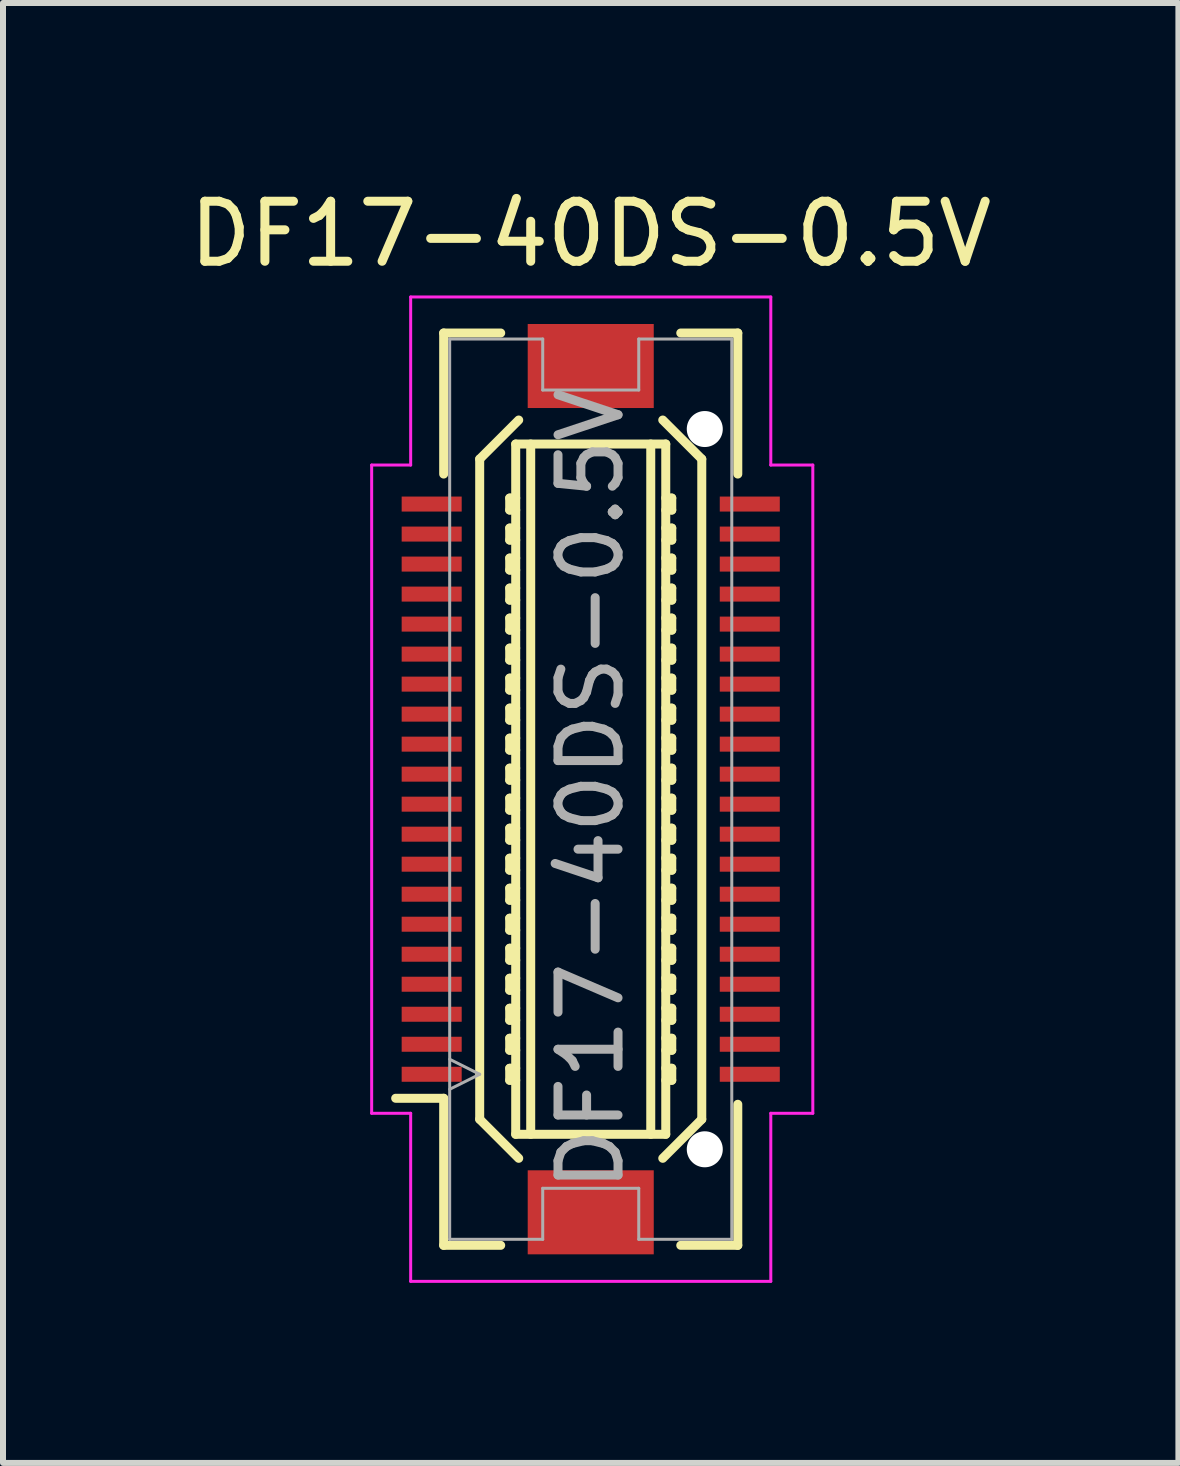
<source format=kicad_pcb>
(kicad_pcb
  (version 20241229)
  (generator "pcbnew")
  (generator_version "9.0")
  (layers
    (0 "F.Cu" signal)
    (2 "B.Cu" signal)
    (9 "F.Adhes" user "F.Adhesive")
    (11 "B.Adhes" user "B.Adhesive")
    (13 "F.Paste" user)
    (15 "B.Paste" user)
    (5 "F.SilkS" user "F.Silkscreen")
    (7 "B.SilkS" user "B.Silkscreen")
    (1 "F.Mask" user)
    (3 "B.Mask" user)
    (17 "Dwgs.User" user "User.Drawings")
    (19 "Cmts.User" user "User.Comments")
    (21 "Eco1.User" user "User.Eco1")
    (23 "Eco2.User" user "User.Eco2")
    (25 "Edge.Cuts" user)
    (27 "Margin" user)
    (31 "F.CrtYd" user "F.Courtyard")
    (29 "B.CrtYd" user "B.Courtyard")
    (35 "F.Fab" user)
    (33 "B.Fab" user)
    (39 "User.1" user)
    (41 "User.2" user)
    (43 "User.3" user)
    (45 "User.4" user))
  (footprint "DF17-40DS-0.5V"
    (layer "F.Cu")
    (at 6.792 10.098)
    (property "Reference" "DF17-40DS-0.5V" (at 0 0 90) (layer "F.Fab") (effects (font (size 1 1) (thickness 0.15))))
    (attr smd)
    (fp_line (start -2.45 -7.6) (end -2.45 -5.25) (stroke (width 0.15) (type solid)) (layer "F.SilkS"))
    (fp_line (start -2.45 -7.6) (end -1.5 -7.6) (stroke (width 0.15) (type solid)) (layer "F.SilkS"))
    (fp_line (start -2.45 5.15) (end -3.25 5.15) (stroke (width 0.15) (type solid)) (layer "F.SilkS"))
    (fp_line (start -2.45 5.15) (end -2.45 7.6) (stroke (width 0.15) (type solid)) (layer "F.SilkS"))
    (fp_line (start -2.45 7.6) (end -1.5 7.6) (stroke (width 0.15) (type solid)) (layer "F.SilkS"))
    (fp_line (start -1.85 -5.5) (end -1.2 -6.15) (stroke (width 0.15) (type solid)) (layer "F.SilkS"))
    (fp_line (start -1.85 5.5) (end -1.85 -5.5) (stroke (width 0.15) (type solid)) (layer "F.SilkS"))
    (fp_line (start -1.35 -4.85) (end -1.25 -4.85) (stroke (width 0.15) (type solid)) (layer "F.SilkS"))
    (fp_line (start -1.35 -4.65) (end -1.35 -4.85) (stroke (width 0.15) (type solid)) (layer "F.SilkS"))
    (fp_line (start -1.35 -4.35) (end -1.25 -4.35) (stroke (width 0.15) (type solid)) (layer "F.SilkS"))
    (fp_line (start -1.35 -4.15) (end -1.35 -4.35) (stroke (width 0.15) (type solid)) (layer "F.SilkS"))
    (fp_line (start -1.35 -3.85) (end -1.25 -3.85) (stroke (width 0.15) (type solid)) (layer "F.SilkS"))
    (fp_line (start -1.35 -3.65) (end -1.35 -3.85) (stroke (width 0.15) (type solid)) (layer "F.SilkS"))
    (fp_line (start -1.35 -3.35) (end -1.25 -3.35) (stroke (width 0.15) (type solid)) (layer "F.SilkS"))
    (fp_line (start -1.35 -3.15) (end -1.35 -3.35) (stroke (width 0.15) (type solid)) (layer "F.SilkS"))
    (fp_line (start -1.35 -2.85) (end -1.25 -2.85) (stroke (width 0.15) (type solid)) (layer "F.SilkS"))
    (fp_line (start -1.35 -2.65) (end -1.35 -2.85) (stroke (width 0.15) (type solid)) (layer "F.SilkS"))
    (fp_line (start -1.35 -2.35) (end -1.25 -2.35) (stroke (width 0.15) (type solid)) (layer "F.SilkS"))
    (fp_line (start -1.35 -2.15) (end -1.35 -2.35) (stroke (width 0.15) (type solid)) (layer "F.SilkS"))
    (fp_line (start -1.35 -1.85) (end -1.25 -1.85) (stroke (width 0.15) (type solid)) (layer "F.SilkS"))
    (fp_line (start -1.35 -1.65) (end -1.35 -1.85) (stroke (width 0.15) (type solid)) (layer "F.SilkS"))
    (fp_line (start -1.35 -1.35) (end -1.25 -1.35) (stroke (width 0.15) (type solid)) (layer "F.SilkS"))
    (fp_line (start -1.35 -1.15) (end -1.35 -1.35) (stroke (width 0.15) (type solid)) (layer "F.SilkS"))
    (fp_line (start -1.35 -0.85) (end -1.25 -0.85) (stroke (width 0.15) (type solid)) (layer "F.SilkS"))
    (fp_line (start -1.35 -0.65) (end -1.35 -0.85) (stroke (width 0.15) (type solid)) (layer "F.SilkS"))
    (fp_line (start -1.35 -0.35) (end -1.25 -0.35) (stroke (width 0.15) (type solid)) (layer "F.SilkS"))
    (fp_line (start -1.35 -0.15) (end -1.35 -0.35) (stroke (width 0.15) (type solid)) (layer "F.SilkS"))
    (fp_line (start -1.35 0.15) (end -1.25 0.15) (stroke (width 0.15) (type solid)) (layer "F.SilkS"))
    (fp_line (start -1.35 0.35) (end -1.35 0.15) (stroke (width 0.15) (type solid)) (layer "F.SilkS"))
    (fp_line (start -1.35 0.65) (end -1.25 0.65) (stroke (width 0.15) (type solid)) (layer "F.SilkS"))
    (fp_line (start -1.35 0.85) (end -1.35 0.65) (stroke (width 0.15) (type solid)) (layer "F.SilkS"))
    (fp_line (start -1.35 1.15) (end -1.25 1.15) (stroke (width 0.15) (type solid)) (layer "F.SilkS"))
    (fp_line (start -1.35 1.35) (end -1.35 1.15) (stroke (width 0.15) (type solid)) (layer "F.SilkS"))
    (fp_line (start -1.35 1.65) (end -1.25 1.65) (stroke (width 0.15) (type solid)) (layer "F.SilkS"))
    (fp_line (start -1.35 1.85) (end -1.35 1.65) (stroke (width 0.15) (type solid)) (layer "F.SilkS"))
    (fp_line (start -1.35 2.15) (end -1.25 2.15) (stroke (width 0.15) (type solid)) (layer "F.SilkS"))
    (fp_line (start -1.35 2.35) (end -1.35 2.15) (stroke (width 0.15) (type solid)) (layer "F.SilkS"))
    (fp_line (start -1.35 2.65) (end -1.25 2.65) (stroke (width 0.15) (type solid)) (layer "F.SilkS"))
    (fp_line (start -1.35 2.85) (end -1.35 2.65) (stroke (width 0.15) (type solid)) (layer "F.SilkS"))
    (fp_line (start -1.35 3.15) (end -1.25 3.15) (stroke (width 0.15) (type solid)) (layer "F.SilkS"))
    (fp_line (start -1.35 3.35) (end -1.35 3.15) (stroke (width 0.15) (type solid)) (layer "F.SilkS"))
    (fp_line (start -1.35 3.65) (end -1.25 3.65) (stroke (width 0.15) (type solid)) (layer "F.SilkS"))
    (fp_line (start -1.35 3.85) (end -1.35 3.65) (stroke (width 0.15) (type solid)) (layer "F.SilkS"))
    (fp_line (start -1.35 4.15) (end -1.25 4.15) (stroke (width 0.15) (type solid)) (layer "F.SilkS"))
    (fp_line (start -1.35 4.35) (end -1.35 4.15) (stroke (width 0.15) (type solid)) (layer "F.SilkS"))
    (fp_line (start -1.35 4.65) (end -1.25 4.65) (stroke (width 0.15) (type solid)) (layer "F.SilkS"))
    (fp_line (start -1.35 4.85) (end -1.35 4.65) (stroke (width 0.15) (type solid)) (layer "F.SilkS"))
    (fp_line (start -1.25 -5.75) (end 1.25 -5.75) (stroke (width 0.15) (type solid)) (layer "F.SilkS"))
    (fp_line (start -1.25 -4.65) (end -1.35 -4.65) (stroke (width 0.15) (type solid)) (layer "F.SilkS"))
    (fp_line (start -1.25 -4.15) (end -1.35 -4.15) (stroke (width 0.15) (type solid)) (layer "F.SilkS"))
    (fp_line (start -1.25 -3.65) (end -1.35 -3.65) (stroke (width 0.15) (type solid)) (layer "F.SilkS"))
    (fp_line (start -1.25 -3.15) (end -1.35 -3.15) (stroke (width 0.15) (type solid)) (layer "F.SilkS"))
    (fp_line (start -1.25 -2.65) (end -1.35 -2.65) (stroke (width 0.15) (type solid)) (layer "F.SilkS"))
    (fp_line (start -1.25 -2.15) (end -1.35 -2.15) (stroke (width 0.15) (type solid)) (layer "F.SilkS"))
    (fp_line (start -1.25 -1.65) (end -1.35 -1.65) (stroke (width 0.15) (type solid)) (layer "F.SilkS"))
    (fp_line (start -1.25 -1.15) (end -1.35 -1.15) (stroke (width 0.15) (type solid)) (layer "F.SilkS"))
    (fp_line (start -1.25 -0.65) (end -1.35 -0.65) (stroke (width 0.15) (type solid)) (layer "F.SilkS"))
    (fp_line (start -1.25 -0.15) (end -1.35 -0.15) (stroke (width 0.15) (type solid)) (layer "F.SilkS"))
    (fp_line (start -1.25 0.35) (end -1.35 0.35) (stroke (width 0.15) (type solid)) (layer "F.SilkS"))
    (fp_line (start -1.25 0.85) (end -1.35 0.85) (stroke (width 0.15) (type solid)) (layer "F.SilkS"))
    (fp_line (start -1.25 1.35) (end -1.35 1.35) (stroke (width 0.15) (type solid)) (layer "F.SilkS"))
    (fp_line (start -1.25 1.85) (end -1.35 1.85) (stroke (width 0.15) (type solid)) (layer "F.SilkS"))
    (fp_line (start -1.25 2.35) (end -1.35 2.35) (stroke (width 0.15) (type solid)) (layer "F.SilkS"))
    (fp_line (start -1.25 2.85) (end -1.35 2.85) (stroke (width 0.15) (type solid)) (layer "F.SilkS"))
    (fp_line (start -1.25 3.35) (end -1.35 3.35) (stroke (width 0.15) (type solid)) (layer "F.SilkS"))
    (fp_line (start -1.25 3.85) (end -1.35 3.85) (stroke (width 0.15) (type solid)) (layer "F.SilkS"))
    (fp_line (start -1.25 4.35) (end -1.35 4.35) (stroke (width 0.15) (type solid)) (layer "F.SilkS"))
    (fp_line (start -1.25 4.85) (end -1.35 4.85) (stroke (width 0.15) (type solid)) (layer "F.SilkS"))
    (fp_line (start -1.25 5.75) (end -1.25 -5.75) (stroke (width 0.15) (type solid)) (layer "F.SilkS"))
    (fp_line (start -1.2 6.15) (end -1.85 5.5) (stroke (width 0.15) (type solid)) (layer "F.SilkS"))
    (fp_line (start -1 5.75) (end -1 -5.75) (stroke (width 0.15) (type solid)) (layer "F.SilkS"))
    (fp_line (start 1 -5.75) (end 1 5.75) (stroke (width 0.15) (type solid)) (layer "F.SilkS"))
    (fp_line (start 1.2 -6.15) (end 1.85 -5.5) (stroke (width 0.15) (type solid)) (layer "F.SilkS"))
    (fp_line (start 1.25 -5.75) (end 1.25 5.75) (stroke (width 0.15) (type solid)) (layer "F.SilkS"))
    (fp_line (start 1.25 -4.85) (end 1.35 -4.85) (stroke (width 0.15) (type solid)) (layer "F.SilkS"))
    (fp_line (start 1.25 -4.35) (end 1.35 -4.35) (stroke (width 0.15) (type solid)) (layer "F.SilkS"))
    (fp_line (start 1.25 -3.85) (end 1.35 -3.85) (stroke (width 0.15) (type solid)) (layer "F.SilkS"))
    (fp_line (start 1.25 -3.35) (end 1.35 -3.35) (stroke (width 0.15) (type solid)) (layer "F.SilkS"))
    (fp_line (start 1.25 -2.85) (end 1.35 -2.85) (stroke (width 0.15) (type solid)) (layer "F.SilkS"))
    (fp_line (start 1.25 -2.35) (end 1.35 -2.35) (stroke (width 0.15) (type solid)) (layer "F.SilkS"))
    (fp_line (start 1.25 -1.85) (end 1.35 -1.85) (stroke (width 0.15) (type solid)) (layer "F.SilkS"))
    (fp_line (start 1.25 -1.35) (end 1.35 -1.35) (stroke (width 0.15) (type solid)) (layer "F.SilkS"))
    (fp_line (start 1.25 -0.85) (end 1.35 -0.85) (stroke (width 0.15) (type solid)) (layer "F.SilkS"))
    (fp_line (start 1.25 -0.35) (end 1.35 -0.35) (stroke (width 0.15) (type solid)) (layer "F.SilkS"))
    (fp_line (start 1.25 0.15) (end 1.35 0.15) (stroke (width 0.15) (type solid)) (layer "F.SilkS"))
    (fp_line (start 1.25 0.65) (end 1.35 0.65) (stroke (width 0.15) (type solid)) (layer "F.SilkS"))
    (fp_line (start 1.25 1.15) (end 1.35 1.15) (stroke (width 0.15) (type solid)) (layer "F.SilkS"))
    (fp_line (start 1.25 1.65) (end 1.35 1.65) (stroke (width 0.15) (type solid)) (layer "F.SilkS"))
    (fp_line (start 1.25 2.15) (end 1.35 2.15) (stroke (width 0.15) (type solid)) (layer "F.SilkS"))
    (fp_line (start 1.25 2.65) (end 1.35 2.65) (stroke (width 0.15) (type solid)) (layer "F.SilkS"))
    (fp_line (start 1.25 3.15) (end 1.35 3.15) (stroke (width 0.15) (type solid)) (layer "F.SilkS"))
    (fp_line (start 1.25 3.65) (end 1.35 3.65) (stroke (width 0.15) (type solid)) (layer "F.SilkS"))
    (fp_line (start 1.25 4.15) (end 1.35 4.15) (stroke (width 0.15) (type solid)) (layer "F.SilkS"))
    (fp_line (start 1.25 4.65) (end 1.35 4.65) (stroke (width 0.15) (type solid)) (layer "F.SilkS"))
    (fp_line (start 1.25 5.75) (end -1.25 5.75) (stroke (width 0.15) (type solid)) (layer "F.SilkS"))
    (fp_line (start 1.35 -4.85) (end 1.35 -4.65) (stroke (width 0.15) (type solid)) (layer "F.SilkS"))
    (fp_line (start 1.35 -4.65) (end 1.25 -4.65) (stroke (width 0.15) (type solid)) (layer "F.SilkS"))
    (fp_line (start 1.35 -4.35) (end 1.35 -4.15) (stroke (width 0.15) (type solid)) (layer "F.SilkS"))
    (fp_line (start 1.35 -4.15) (end 1.25 -4.15) (stroke (width 0.15) (type solid)) (layer "F.SilkS"))
    (fp_line (start 1.35 -3.85) (end 1.35 -3.65) (stroke (width 0.15) (type solid)) (layer "F.SilkS"))
    (fp_line (start 1.35 -3.65) (end 1.25 -3.65) (stroke (width 0.15) (type solid)) (layer "F.SilkS"))
    (fp_line (start 1.35 -3.35) (end 1.35 -3.15) (stroke (width 0.15) (type solid)) (layer "F.SilkS"))
    (fp_line (start 1.35 -3.15) (end 1.25 -3.15) (stroke (width 0.15) (type solid)) (layer "F.SilkS"))
    (fp_line (start 1.35 -2.85) (end 1.35 -2.65) (stroke (width 0.15) (type solid)) (layer "F.SilkS"))
    (fp_line (start 1.35 -2.65) (end 1.25 -2.65) (stroke (width 0.15) (type solid)) (layer "F.SilkS"))
    (fp_line (start 1.35 -2.35) (end 1.35 -2.15) (stroke (width 0.15) (type solid)) (layer "F.SilkS"))
    (fp_line (start 1.35 -2.15) (end 1.25 -2.15) (stroke (width 0.15) (type solid)) (layer "F.SilkS"))
    (fp_line (start 1.35 -1.85) (end 1.35 -1.65) (stroke (width 0.15) (type solid)) (layer "F.SilkS"))
    (fp_line (start 1.35 -1.65) (end 1.25 -1.65) (stroke (width 0.15) (type solid)) (layer "F.SilkS"))
    (fp_line (start 1.35 -1.35) (end 1.35 -1.15) (stroke (width 0.15) (type solid)) (layer "F.SilkS"))
    (fp_line (start 1.35 -1.15) (end 1.25 -1.15) (stroke (width 0.15) (type solid)) (layer "F.SilkS"))
    (fp_line (start 1.35 -0.85) (end 1.35 -0.65) (stroke (width 0.15) (type solid)) (layer "F.SilkS"))
    (fp_line (start 1.35 -0.65) (end 1.25 -0.65) (stroke (width 0.15) (type solid)) (layer "F.SilkS"))
    (fp_line (start 1.35 -0.35) (end 1.35 -0.15) (stroke (width 0.15) (type solid)) (layer "F.SilkS"))
    (fp_line (start 1.35 -0.15) (end 1.25 -0.15) (stroke (width 0.15) (type solid)) (layer "F.SilkS"))
    (fp_line (start 1.35 0.15) (end 1.35 0.35) (stroke (width 0.15) (type solid)) (layer "F.SilkS"))
    (fp_line (start 1.35 0.35) (end 1.25 0.35) (stroke (width 0.15) (type solid)) (layer "F.SilkS"))
    (fp_line (start 1.35 0.65) (end 1.35 0.85) (stroke (width 0.15) (type solid)) (layer "F.SilkS"))
    (fp_line (start 1.35 0.85) (end 1.25 0.85) (stroke (width 0.15) (type solid)) (layer "F.SilkS"))
    (fp_line (start 1.35 1.15) (end 1.35 1.35) (stroke (width 0.15) (type solid)) (layer "F.SilkS"))
    (fp_line (start 1.35 1.35) (end 1.25 1.35) (stroke (width 0.15) (type solid)) (layer "F.SilkS"))
    (fp_line (start 1.35 1.65) (end 1.35 1.85) (stroke (width 0.15) (type solid)) (layer "F.SilkS"))
    (fp_line (start 1.35 1.85) (end 1.25 1.85) (stroke (width 0.15) (type solid)) (layer "F.SilkS"))
    (fp_line (start 1.35 2.15) (end 1.35 2.35) (stroke (width 0.15) (type solid)) (layer "F.SilkS"))
    (fp_line (start 1.35 2.35) (end 1.25 2.35) (stroke (width 0.15) (type solid)) (layer "F.SilkS"))
    (fp_line (start 1.35 2.65) (end 1.35 2.85) (stroke (width 0.15) (type solid)) (layer "F.SilkS"))
    (fp_line (start 1.35 2.85) (end 1.25 2.85) (stroke (width 0.15) (type solid)) (layer "F.SilkS"))
    (fp_line (start 1.35 3.15) (end 1.35 3.35) (stroke (width 0.15) (type solid)) (layer "F.SilkS"))
    (fp_line (start 1.35 3.35) (end 1.25 3.35) (stroke (width 0.15) (type solid)) (layer "F.SilkS"))
    (fp_line (start 1.35 3.65) (end 1.35 3.85) (stroke (width 0.15) (type solid)) (layer "F.SilkS"))
    (fp_line (start 1.35 3.85) (end 1.25 3.85) (stroke (width 0.15) (type solid)) (layer "F.SilkS"))
    (fp_line (start 1.35 4.15) (end 1.35 4.35) (stroke (width 0.15) (type solid)) (layer "F.SilkS"))
    (fp_line (start 1.35 4.35) (end 1.25 4.35) (stroke (width 0.15) (type solid)) (layer "F.SilkS"))
    (fp_line (start 1.35 4.65) (end 1.35 4.85) (stroke (width 0.15) (type solid)) (layer "F.SilkS"))
    (fp_line (start 1.35 4.85) (end 1.25 4.85) (stroke (width 0.15) (type solid)) (layer "F.SilkS"))
    (fp_line (start 1.5 -7.6) (end 2.45 -7.6) (stroke (width 0.15) (type solid)) (layer "F.SilkS"))
    (fp_line (start 1.85 -5.5) (end 1.85 5.5) (stroke (width 0.15) (type solid)) (layer "F.SilkS"))
    (fp_line (start 1.85 5.5) (end 1.2 6.15) (stroke (width 0.15) (type solid)) (layer "F.SilkS"))
    (fp_line (start 2.45 -7.6) (end 2.45 -5.25) (stroke (width 0.15) (type solid)) (layer "F.SilkS"))
    (fp_line (start 2.45 5.25) (end 2.45 7.6) (stroke (width 0.15) (type solid)) (layer "F.SilkS"))
    (fp_line (start 2.45 7.6) (end 1.5 7.6) (stroke (width 0.15) (type solid)) (layer "F.SilkS"))
    (fp_line (start -3.65 -5.4) (end -3.65 5.4) (stroke (width 0.05) (type solid)) (layer "F.CrtYd"))
    (fp_line (start -3 -8.2) (end -3 -5.4) (stroke (width 0.05) (type solid)) (layer "F.CrtYd"))
    (fp_line (start -3 -5.4) (end -3.65 -5.4) (stroke (width 0.05) (type solid)) (layer "F.CrtYd"))
    (fp_line (start -3 5.4) (end -3.65 5.4) (stroke (width 0.05) (type solid)) (layer "F.CrtYd"))
    (fp_line (start -3 8.2) (end -3 5.4) (stroke (width 0.05) (type solid)) (layer "F.CrtYd"))
    (fp_line (start -3 8.2) (end 3 8.2) (stroke (width 0.05) (type solid)) (layer "F.CrtYd"))
    (fp_line (start 3 -8.2) (end -3 -8.2) (stroke (width 0.05) (type solid)) (layer "F.CrtYd"))
    (fp_line (start 3 -5.4) (end 3 -8.2) (stroke (width 0.05) (type solid)) (layer "F.CrtYd"))
    (fp_line (start 3 5.4) (end 3.7 5.4) (stroke (width 0.05) (type solid)) (layer "F.CrtYd"))
    (fp_line (start 3 8.2) (end 3 5.4) (stroke (width 0.05) (type solid)) (layer "F.CrtYd"))
    (fp_line (start 3.7 -5.4) (end 3 -5.4) (stroke (width 0.05) (type solid)) (layer "F.CrtYd"))
    (fp_line (start 3.7 5.4) (end 3.7 -5.4) (stroke (width 0.05) (type solid)) (layer "F.CrtYd"))
    (fp_line (start -2.35 -7.5) (end -2.35 7.5) (stroke (width 0.05) (type solid)) (layer "F.Fab"))
    (fp_line (start -2.35 -7.5) (end -0.8 -7.5) (stroke (width 0.05) (type solid)) (layer "F.Fab"))
    (fp_line (start -2.35 4.5) (end -1.85 4.75) (stroke (width 0.05) (type solid)) (layer "F.Fab"))
    (fp_line (start -2.35 7.5) (end -0.8 7.5) (stroke (width 0.05) (type solid)) (layer "F.Fab"))
    (fp_line (start -1.85 4.75) (end -2.35 5) (stroke (width 0.05) (type solid)) (layer "F.Fab"))
    (fp_line (start -0.8 -7.5) (end -0.8 -6.65) (stroke (width 0.05) (type solid)) (layer "F.Fab"))
    (fp_line (start -0.8 -6.65) (end 0.8 -6.65) (stroke (width 0.05) (type solid)) (layer "F.Fab"))
    (fp_line (start -0.8 6.65) (end -0.8 7.5) (stroke (width 0.05) (type solid)) (layer "F.Fab"))
    (fp_line (start -0.8 6.65) (end 0.8 6.65) (stroke (width 0.05) (type solid)) (layer "F.Fab"))
    (fp_line (start 0.8 -7.5) (end 2.35 -7.5) (stroke (width 0.05) (type solid)) (layer "F.Fab"))
    (fp_line (start 0.8 -6.65) (end 0.8 -7.5) (stroke (width 0.05) (type solid)) (layer "F.Fab"))
    (fp_line (start 0.8 7.5) (end 0.8 6.65) (stroke (width 0.05) (type solid)) (layer "F.Fab"))
    (fp_line (start 0.8 7.5) (end 2.35 7.5) (stroke (width 0.05) (type solid)) (layer "F.Fab"))
    (fp_line (start 2.35 -7.5) (end 2.35 7.5) (stroke (width 0.05) (type solid)) (layer "F.Fab"))
    (fp_text user "${REFERENCE}" (at 0 -9.25 0) (layer "F.SilkS") (effects (font (size 1 1) (thickness 0.15))))
    (pad "" smd rect (at 0 -7.05) (size 2.1 1.4) (layers "F.Cu" "F.Mask" "F.Paste"))
    (pad "" smd rect (at 0 7.05) (size 2.1 1.4) (layers "F.Cu" "F.Mask" "F.Paste"))
    (pad "" np_thru_hole circle (at 1.9 -6) (size 0.6 0.6) (drill 0.6) (layers "*.Cu"))
    (pad "" np_thru_hole circle (at 1.9 6) (size 0.6 0.6) (drill 0.6) (layers "*.Cu"))
    (pad "1" smd rect (at -2.65 4.75) (size 1 0.25) (layers "F.Cu" "F.Mask" "F.Paste"))
    (pad "2" smd rect (at -2.65 4.25) (size 1 0.25) (layers "F.Cu" "F.Mask" "F.Paste"))
    (pad "3" smd rect (at -2.65 3.75) (size 1 0.25) (layers "F.Cu" "F.Mask" "F.Paste"))
    (pad "4" smd rect (at -2.65 3.25) (size 1 0.25) (layers "F.Cu" "F.Mask" "F.Paste"))
    (pad "5" smd rect (at -2.65 2.75) (size 1 0.25) (layers "F.Cu" "F.Mask" "F.Paste"))
    (pad "6" smd rect (at -2.65 2.25) (size 1 0.25) (layers "F.Cu" "F.Mask" "F.Paste"))
    (pad "7" smd rect (at -2.65 1.75) (size 1 0.25) (layers "F.Cu" "F.Mask" "F.Paste"))
    (pad "8" smd rect (at -2.65 1.25) (size 1 0.25) (layers "F.Cu" "F.Mask" "F.Paste"))
    (pad "9" smd rect (at -2.65 0.75) (size 1 0.25) (layers "F.Cu" "F.Mask" "F.Paste"))
    (pad "10" smd rect (at -2.65 0.25) (size 1 0.25) (layers "F.Cu" "F.Mask" "F.Paste"))
    (pad "11" smd rect (at -2.65 -0.25) (size 1 0.25) (layers "F.Cu" "F.Mask" "F.Paste"))
    (pad "12" smd rect (at -2.65 -0.75) (size 1 0.25) (layers "F.Cu" "F.Mask" "F.Paste"))
    (pad "13" smd rect (at -2.65 -1.25) (size 1 0.25) (layers "F.Cu" "F.Mask" "F.Paste"))
    (pad "14" smd rect (at -2.65 -1.75) (size 1 0.25) (layers "F.Cu" "F.Mask" "F.Paste"))
    (pad "15" smd rect (at -2.65 -2.25) (size 1 0.25) (layers "F.Cu" "F.Mask" "F.Paste"))
    (pad "16" smd rect (at -2.65 -2.75) (size 1 0.25) (layers "F.Cu" "F.Mask" "F.Paste"))
    (pad "17" smd rect (at -2.65 -3.25) (size 1 0.25) (layers "F.Cu" "F.Mask" "F.Paste"))
    (pad "18" smd rect (at -2.65 -3.75) (size 1 0.25) (layers "F.Cu" "F.Mask" "F.Paste"))
    (pad "19" smd rect (at -2.65 -4.25) (size 1 0.25) (layers "F.Cu" "F.Mask" "F.Paste"))
    (pad "20" smd rect (at -2.65 -4.75) (size 1 0.25) (layers "F.Cu" "F.Mask" "F.Paste"))
    (pad "21" smd rect (at 2.65 -4.75) (size 1 0.25) (layers "F.Cu" "F.Mask" "F.Paste"))
    (pad "22" smd rect (at 2.65 -4.25) (size 1 0.25) (layers "F.Cu" "F.Mask" "F.Paste"))
    (pad "23" smd rect (at 2.65 -3.75) (size 1 0.25) (layers "F.Cu" "F.Mask" "F.Paste"))
    (pad "24" smd rect (at 2.65 -3.25) (size 1 0.25) (layers "F.Cu" "F.Mask" "F.Paste"))
    (pad "25" smd rect (at 2.65 -2.75) (size 1 0.25) (layers "F.Cu" "F.Mask" "F.Paste"))
    (pad "26" smd rect (at 2.65 -2.25) (size 1 0.25) (layers "F.Cu" "F.Mask" "F.Paste"))
    (pad "27" smd rect (at 2.65 -1.75) (size 1 0.25) (layers "F.Cu" "F.Mask" "F.Paste"))
    (pad "28" smd rect (at 2.65 -1.25) (size 1 0.25) (layers "F.Cu" "F.Mask" "F.Paste"))
    (pad "29" smd rect (at 2.65 -0.75) (size 1 0.25) (layers "F.Cu" "F.Mask" "F.Paste"))
    (pad "30" smd rect (at 2.65 -0.25) (size 1 0.25) (layers "F.Cu" "F.Mask" "F.Paste"))
    (pad "31" smd rect (at 2.65 0.25) (size 1 0.25) (layers "F.Cu" "F.Mask" "F.Paste"))
    (pad "32" smd rect (at 2.65 0.75) (size 1 0.25) (layers "F.Cu" "F.Mask" "F.Paste"))
    (pad "33" smd rect (at 2.65 1.25) (size 1 0.25) (layers "F.Cu" "F.Mask" "F.Paste"))
    (pad "34" smd rect (at 2.65 1.75) (size 1 0.25) (layers "F.Cu" "F.Mask" "F.Paste"))
    (pad "35" smd rect (at 2.65 2.25) (size 1 0.25) (layers "F.Cu" "F.Mask" "F.Paste"))
    (pad "36" smd rect (at 2.65 2.75) (size 1 0.25) (layers "F.Cu" "F.Mask" "F.Paste"))
    (pad "37" smd rect (at 2.65 3.25) (size 1 0.25) (layers "F.Cu" "F.Mask" "F.Paste"))
    (pad "38" smd rect (at 2.65 3.75) (size 1 0.25) (layers "F.Cu" "F.Mask" "F.Paste"))
    (pad "39" smd rect (at 2.65 4.25) (size 1 0.25) (layers "F.Cu" "F.Mask" "F.Paste"))
    (pad "40" smd rect (at 2.65 4.75) (size 1 0.25) (layers "F.Cu" "F.Mask" "F.Paste")))
  (gr_rect
    (start -3 -3)
    (end 16.583 21.323)
    (stroke (width 0.1) (type default))
    (fill no)
    (layer "Edge.Cuts")))
</source>
